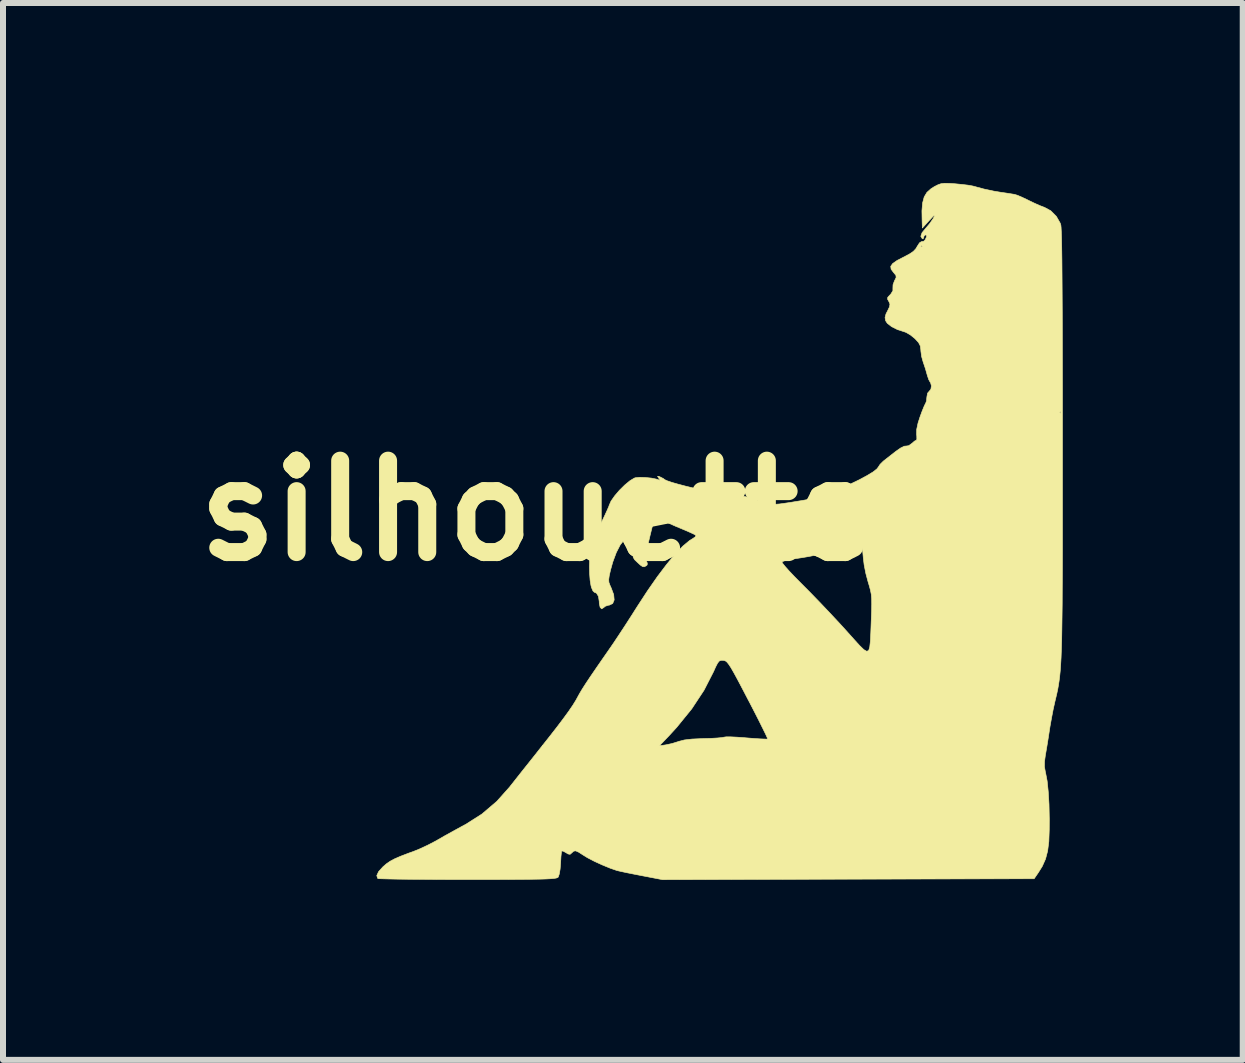
<source format=kicad_pcb>
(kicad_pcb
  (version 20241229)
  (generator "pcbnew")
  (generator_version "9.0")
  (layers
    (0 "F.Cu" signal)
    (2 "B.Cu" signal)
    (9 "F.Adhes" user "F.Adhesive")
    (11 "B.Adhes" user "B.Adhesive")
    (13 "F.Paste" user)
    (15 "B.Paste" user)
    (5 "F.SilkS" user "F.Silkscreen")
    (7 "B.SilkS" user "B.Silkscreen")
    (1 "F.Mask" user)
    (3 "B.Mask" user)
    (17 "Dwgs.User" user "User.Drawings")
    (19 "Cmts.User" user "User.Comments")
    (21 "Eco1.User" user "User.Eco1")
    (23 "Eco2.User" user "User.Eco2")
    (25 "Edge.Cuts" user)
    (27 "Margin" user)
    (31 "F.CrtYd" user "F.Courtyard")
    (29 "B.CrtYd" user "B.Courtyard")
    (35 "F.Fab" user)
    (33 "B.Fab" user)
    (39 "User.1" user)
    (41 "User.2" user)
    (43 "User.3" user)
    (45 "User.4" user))
  (footprint "silhouette"
    (layer "F.Cu")
    (at 5.922 5.463)
    (property "Reference" "silhouette" (at 0 0 0) (layer "F.SilkS") (effects (font (size 1.524 1.524) (thickness 0.3))))
    (attr through_hole)
    (fp_poly (pts (xy 6.857 -5.456) (xy 6.946 -5.45) (xy 7.059 -5.439) (xy 7.161 -5.427) (xy 7.235 -5.414) (xy 7.252 -5.41) (xy 7.43 -5.362) (xy 7.595 -5.327) (xy 7.709 -5.308) (xy 7.806 -5.294) (xy 7.888 -5.281) (xy 7.938 -5.273) (xy 7.984 -5.259) (xy 8.06 -5.227) (xy 8.151 -5.184) (xy 8.166 -5.176) (xy 8.266 -5.128) (xy 8.36 -5.086) (xy 8.431 -5.059) (xy 8.435 -5.058) (xy 8.542 -5) (xy 8.635 -4.907) (xy 8.699 -4.795) (xy 8.71 -4.763) (xy 8.714 -4.726) (xy 8.718 -4.65) (xy 8.722 -4.534) (xy 8.725 -4.376) (xy 8.728 -4.176) (xy 8.73 -3.932) (xy 8.732 -3.644) (xy 8.734 -3.311) (xy 8.735 -2.931) (xy 8.736 -2.504) (xy 8.737 -2.029) (xy 8.737 -1.505) (xy 8.737 -1.132) (xy 8.737 -0.62) (xy 8.737 -0.155) (xy 8.737 0.265) (xy 8.737 0.642) (xy 8.736 0.979) (xy 8.734 1.279) (xy 8.733 1.544) (xy 8.73 1.778) (xy 8.727 1.983) (xy 8.724 2.162) (xy 8.719 2.317) (xy 8.714 2.452) (xy 8.707 2.569) (xy 8.7 2.67) (xy 8.691 2.759) (xy 8.681 2.838) (xy 8.67 2.91) (xy 8.658 2.978) (xy 8.644 3.044) (xy 8.628 3.112) (xy 8.611 3.183) (xy 8.61 3.188) (xy 8.583 3.309) (xy 8.555 3.455) (xy 8.529 3.6) (xy 8.522 3.645) (xy 8.502 3.777) (xy 8.48 3.914) (xy 8.46 4.032) (xy 8.453 4.07) (xy 8.438 4.181) (xy 8.437 4.268) (xy 8.453 4.358) (xy 8.457 4.374) (xy 8.482 4.505) (xy 8.5 4.681) (xy 8.513 4.894) (xy 8.518 5.14) (xy 8.517 5.317) (xy 8.51 5.513) (xy 8.49 5.671) (xy 8.455 5.805) (xy 8.401 5.926) (xy 8.335 6.032) (xy 8.265 6.134) (xy 5.168 6.141) (xy 2.07 6.149) (xy 1.727 6.083) (xy 1.594 6.057) (xy 1.473 6.033) (xy 1.376 6.012) (xy 1.315 5.998) (xy 1.308 5.996) (xy 1.196 5.957) (xy 1.065 5.903) (xy 0.934 5.843) (xy 0.819 5.783) (xy 0.751 5.741) (xy 0.673 5.691) (xy 0.624 5.669) (xy 0.59 5.674) (xy 0.559 5.702) (xy 0.558 5.703) (xy 0.53 5.727) (xy 0.497 5.721) (xy 0.464 5.701) (xy 0.417 5.675) (xy 0.391 5.671) (xy 0.385 5.7) (xy 0.378 5.766) (xy 0.373 5.856) (xy 0.372 5.875) (xy 0.364 5.974) (xy 0.35 6.056) (xy 0.333 6.105) (xy 0.331 6.108) (xy 0.319 6.116) (xy 0.297 6.123) (xy 0.259 6.129) (xy 0.203 6.134) (xy 0.124 6.138) (xy 0.019 6.141) (xy -0.115 6.143) (xy -0.284 6.145) (xy -0.491 6.146) (xy -0.738 6.147) (xy -1.031 6.147) (xy -1.18 6.147) (xy -1.449 6.147) (xy -1.704 6.146) (xy -1.938 6.144) (xy -2.148 6.143) (xy -2.329 6.141) (xy -2.477 6.138) (xy -2.587 6.135) (xy -2.655 6.133) (xy -2.675 6.13) (xy -2.692 6.082) (xy -2.662 6.016) (xy -2.589 5.935) (xy -2.531 5.885) (xy -2.469 5.842) (xy -2.394 5.802) (xy -2.295 5.759) (xy -2.162 5.708) (xy -2.083 5.68) (xy -1.97 5.634) (xy -1.838 5.572) (xy -1.711 5.506) (xy -1.676 5.486) (xy -1.556 5.417) (xy -1.413 5.338) (xy -1.271 5.26) (xy -1.209 5.227) (xy -0.94 5.056) (xy -0.691 4.844) (xy -0.483 4.611) (xy -0.433 4.548) (xy -0.358 4.453) (xy -0.264 4.334) (xy -0.158 4.201) (xy -0.046 4.06) (xy -0.002 4.004) (xy 0.066 3.918) (xy 2.019 3.918) (xy 2.128 3.902) (xy 2.226 3.881) (xy 2.327 3.85) (xy 2.344 3.844) (xy 2.433 3.821) (xy 2.56 3.806) (xy 2.732 3.798) (xy 2.759 3.797) (xy 2.881 3.794) (xy 2.985 3.788) (xy 3.06 3.781) (xy 3.096 3.774) (xy 3.096 3.774) (xy 3.131 3.769) (xy 3.206 3.769) (xy 3.311 3.774) (xy 3.436 3.783) (xy 3.469 3.786) (xy 3.595 3.796) (xy 3.703 3.803) (xy 3.781 3.806) (xy 3.821 3.806) (xy 3.824 3.805) (xy 3.815 3.78) (xy 3.786 3.717) (xy 3.738 3.62) (xy 3.676 3.495) (xy 3.601 3.348) (xy 3.517 3.185) (xy 3.497 3.148) (xy 3.399 2.96) (xy 3.321 2.812) (xy 3.26 2.7) (xy 3.213 2.618) (xy 3.176 2.562) (xy 3.148 2.526) (xy 3.124 2.506) (xy 3.101 2.497) (xy 3.084 2.494) (xy 3.045 2.493) (xy 3.016 2.506) (xy 2.989 2.54) (xy 2.955 2.606) (xy 2.922 2.681) (xy 2.762 2.993) (xy 2.558 3.302) (xy 2.307 3.611) (xy 2.174 3.756) (xy 2.019 3.918) (xy 0.066 3.918) (xy 0.166 3.792) (xy 0.305 3.614) (xy 0.417 3.466) (xy 0.506 3.344) (xy 0.575 3.243) (xy 0.627 3.159) (xy 0.662 3.095) (xy 0.693 3.039) (xy 0.735 2.969) (xy 0.792 2.88) (xy 0.868 2.766) (xy 0.965 2.624) (xy 1.086 2.449) (xy 1.182 2.311) (xy 1.257 2.202) (xy 1.35 2.062) (xy 1.453 1.905) (xy 1.558 1.742) (xy 1.648 1.6) (xy 1.82 1.336) (xy 1.985 1.099) (xy 2.14 0.894) (xy 2.175 0.852) (xy 4.062 0.852) (xy 4.071 0.874) (xy 4.112 0.926) (xy 4.181 1.004) (xy 4.273 1.101) (xy 4.384 1.213) (xy 4.399 1.228) (xy 4.538 1.368) (xy 4.696 1.531) (xy 4.861 1.705) (xy 5.018 1.873) (xy 5.131 1.997) (xy 5.259 2.14) (xy 5.355 2.246) (xy 5.426 2.315) (xy 5.475 2.343) (xy 5.507 2.33) (xy 5.525 2.273) (xy 5.536 2.171) (xy 5.543 2.022) (xy 5.55 1.831) (xy 5.556 1.674) (xy 5.558 1.557) (xy 5.557 1.468) (xy 5.551 1.396) (xy 5.538 1.329) (xy 5.519 1.257) (xy 5.496 1.181) (xy 5.46 1.046) (xy 5.432 0.904) (xy 5.417 0.781) (xy 5.416 0.768) (xy 5.408 0.679) (xy 5.396 0.614) (xy 5.383 0.585) (xy 5.381 0.584) (xy 5.341 0.59) (xy 5.251 0.607) (xy 5.115 0.635) (xy 4.933 0.675) (xy 4.763 0.712) (xy 4.635 0.738) (xy 4.503 0.764) (xy 4.39 0.783) (xy 4.369 0.786) (xy 4.24 0.806) (xy 4.152 0.822) (xy 4.096 0.837) (xy 4.062 0.852) (xy 2.175 0.852) (xy 2.282 0.723) (xy 2.41 0.59) (xy 2.52 0.498) (xy 2.571 0.467) (xy 2.616 0.436) (xy 2.628 0.411) (xy 2.625 0.408) (xy 2.593 0.39) (xy 2.526 0.359) (xy 2.436 0.32) (xy 2.4 0.305) (xy 2.288 0.258) (xy 2.175 0.208) (xy 2.085 0.166) (xy 2.074 0.16) (xy 2.005 0.127) (xy 1.958 0.108) (xy 1.946 0.106) (xy 1.934 0.14) (xy 1.914 0.21) (xy 1.89 0.305) (xy 1.864 0.41) (xy 1.84 0.512) (xy 1.821 0.6) (xy 1.81 0.659) (xy 1.809 0.667) (xy 1.796 0.724) (xy 1.778 0.748) (xy 1.773 0.746) (xy 1.767 0.755) (xy 1.783 0.797) (xy 1.791 0.813) (xy 1.817 0.872) (xy 1.815 0.903) (xy 1.799 0.917) (xy 1.768 0.934) (xy 1.74 0.932) (xy 1.702 0.906) (xy 1.654 0.862) (xy 1.606 0.816) (xy 1.583 0.777) (xy 1.577 0.726) (xy 1.584 0.645) (xy 1.585 0.635) (xy 1.593 0.55) (xy 1.59 0.501) (xy 1.573 0.473) (xy 1.548 0.457) (xy 1.503 0.442) (xy 1.461 0.46) (xy 1.432 0.485) (xy 1.365 0.571) (xy 1.3 0.698) (xy 1.242 0.854) (xy 1.205 0.986) (xy 1.183 1.082) (xy 1.174 1.146) (xy 1.177 1.193) (xy 1.195 1.242) (xy 1.215 1.286) (xy 1.257 1.398) (xy 1.265 1.487) (xy 1.24 1.547) (xy 1.182 1.574) (xy 1.166 1.575) (xy 1.115 1.593) (xy 1.091 1.614) (xy 1.057 1.635) (xy 1.031 1.61) (xy 1.017 1.543) (xy 1.016 1.511) (xy 1.003 1.427) (xy 0.97 1.373) (xy 0.935 1.359) (xy 0.911 1.336) (xy 0.887 1.28) (xy 0.878 1.245) (xy 0.864 1.158) (xy 0.856 1.05) (xy 0.853 0.934) (xy 0.856 0.823) (xy 0.863 0.731) (xy 0.875 0.67) (xy 0.882 0.657) (xy 0.904 0.61) (xy 0.924 0.539) (xy 0.928 0.521) (xy 0.946 0.454) (xy 0.95 0.445) (xy 0.965 0.445) (xy 0.978 0.457) (xy 0.991 0.445) (xy 0.978 0.432) (xy 0.965 0.445) (xy 0.95 0.445) (xy 0.982 0.358) (xy 1.029 0.247) (xy 1.061 0.178) (xy 1.11 0.075) (xy 1.15 -0.012) (xy 1.176 -0.072) (xy 1.183 -0.093) (xy 1.213 -0.161) (xy 1.273 -0.247) (xy 1.352 -0.34) (xy 1.441 -0.428) (xy 1.528 -0.5) (xy 1.601 -0.544) (xy 1.62 -0.55) (xy 1.688 -0.557) (xy 1.784 -0.554) (xy 1.885 -0.544) (xy 1.969 -0.527) (xy 1.994 -0.519) (xy 2.029 -0.508) (xy 2.023 -0.525) (xy 2.009 -0.542) (xy 1.988 -0.573) (xy 2.004 -0.574) (xy 2.022 -0.568) (xy 2.084 -0.537) (xy 2.108 -0.518) (xy 2.149 -0.499) (xy 2.228 -0.472) (xy 2.334 -0.442) (xy 2.455 -0.41) (xy 2.579 -0.38) (xy 2.696 -0.355) (xy 2.792 -0.337) (xy 2.858 -0.33) (xy 2.861 -0.33) (xy 2.918 -0.324) (xy 2.946 -0.307) (xy 2.946 -0.305) (xy 2.969 -0.289) (xy 3.026 -0.279) (xy 3.054 -0.278) (xy 3.151 -0.269) (xy 3.246 -0.247) (xy 3.258 -0.243) (xy 3.319 -0.227) (xy 3.351 -0.229) (xy 3.353 -0.234) (xy 3.374 -0.244) (xy 3.431 -0.239) (xy 3.51 -0.223) (xy 3.599 -0.198) (xy 3.686 -0.168) (xy 3.758 -0.136) (xy 3.786 -0.119) (xy 3.829 -0.106) (xy 3.907 -0.104) (xy 4.024 -0.113) (xy 4.181 -0.135) (xy 4.384 -0.168) (xy 4.509 -0.19) (xy 4.621 -0.217) (xy 4.755 -0.26) (xy 4.903 -0.316) (xy 5.058 -0.38) (xy 5.211 -0.449) (xy 5.354 -0.518) (xy 5.48 -0.586) (xy 5.579 -0.646) (xy 5.644 -0.697) (xy 5.665 -0.724) (xy 5.698 -0.774) (xy 5.753 -0.828) (xy 5.757 -0.831) (xy 5.817 -0.878) (xy 5.896 -0.94) (xy 5.96 -0.99) (xy 6.04 -1.046) (xy 6.102 -1.076) (xy 6.13 -1.078) (xy 6.174 -1.084) (xy 6.227 -1.122) (xy 6.272 -1.161) (xy 6.302 -1.176) (xy 6.303 -1.176) (xy 6.31 -1.194) (xy 6.309 -1.247) (xy 6.306 -1.269) (xy 6.307 -1.354) (xy 6.33 -1.462) (xy 6.364 -1.567) (xy 6.39 -1.638) (xy 8.687 -1.638) (xy 8.7 -1.626) (xy 8.712 -1.638) (xy 8.7 -1.651) (xy 8.687 -1.638) (xy 6.39 -1.638) (xy 6.399 -1.662) (xy 6.43 -1.738) (xy 6.452 -1.784) (xy 6.456 -1.789) (xy 6.471 -1.83) (xy 6.477 -1.894) (xy 6.477 -1.895) (xy 6.489 -1.96) (xy 6.515 -1.99) (xy 6.544 -2.025) (xy 6.553 -2.081) (xy 6.539 -2.135) (xy 6.529 -2.148) (xy 6.508 -2.186) (xy 6.486 -2.252) (xy 6.48 -2.273) (xy 6.453 -2.368) (xy 6.42 -2.466) (xy 6.416 -2.477) (xy 6.39 -2.569) (xy 6.377 -2.664) (xy 6.377 -2.677) (xy 6.368 -2.746) (xy 6.339 -2.803) (xy 6.279 -2.868) (xy 6.275 -2.872) (xy 6.203 -2.93) (xy 6.131 -2.972) (xy 6.098 -2.984) (xy 5.988 -3.019) (xy 5.89 -3.068) (xy 5.818 -3.124) (xy 5.79 -3.166) (xy 5.78 -3.22) (xy 5.796 -3.281) (xy 5.822 -3.331) (xy 5.855 -3.4) (xy 5.862 -3.445) (xy 5.847 -3.481) (xy 5.822 -3.526) (xy 5.825 -3.557) (xy 5.86 -3.595) (xy 5.871 -3.604) (xy 5.911 -3.667) (xy 5.911 -3.708) (xy 5.913 -3.767) (xy 5.938 -3.835) (xy 5.939 -3.835) (xy 5.965 -3.888) (xy 5.961 -3.924) (xy 5.924 -3.969) (xy 5.922 -3.971) (xy 5.881 -4.026) (xy 5.875 -4.074) (xy 5.907 -4.12) (xy 5.98 -4.171) (xy 6.077 -4.221) (xy 6.182 -4.276) (xy 6.251 -4.322) (xy 6.294 -4.368) (xy 6.317 -4.407) (xy 6.375 -4.407) (xy 6.388 -4.394) (xy 6.401 -4.407) (xy 6.388 -4.42) (xy 6.375 -4.407) (xy 6.317 -4.407) (xy 6.317 -4.407) (xy 6.354 -4.465) (xy 6.387 -4.486) (xy 6.393 -4.485) (xy 6.429 -4.494) (xy 6.451 -4.52) (xy 6.474 -4.573) (xy 6.468 -4.595) (xy 6.452 -4.597) (xy 6.429 -4.577) (xy 6.426 -4.558) (xy 6.414 -4.532) (xy 6.401 -4.534) (xy 6.376 -4.574) (xy 6.397 -4.634) (xy 6.458 -4.708) (xy 6.521 -4.782) (xy 6.576 -4.861) (xy 6.587 -4.879) (xy 6.607 -4.92) (xy 6.607 -4.93) (xy 6.581 -4.907) (xy 6.526 -4.848) (xy 6.517 -4.839) (xy 6.402 -4.712) (xy 6.398 -4.826) (xy 6.395 -4.999) (xy 6.406 -5.131) (xy 6.433 -5.231) (xy 6.478 -5.306) (xy 6.546 -5.367) (xy 6.603 -5.403) (xy 6.662 -5.433) (xy 6.713 -5.451) (xy 6.773 -5.458) (xy 6.857 -5.456)) (stroke (width 0.01) (type solid)) (fill yes) (layer "F.SilkS")))
  (gr_rect
    (start -3 -3)
    (end 17.664 14.616)
    (stroke (width 0.1) (type default))
    (fill no)
    (layer "Edge.Cuts")))
</source>
